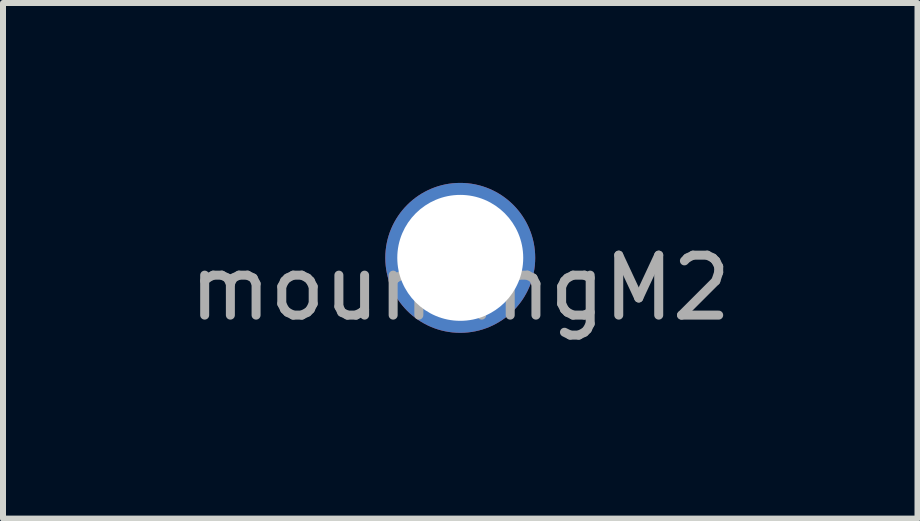
<source format=kicad_pcb>
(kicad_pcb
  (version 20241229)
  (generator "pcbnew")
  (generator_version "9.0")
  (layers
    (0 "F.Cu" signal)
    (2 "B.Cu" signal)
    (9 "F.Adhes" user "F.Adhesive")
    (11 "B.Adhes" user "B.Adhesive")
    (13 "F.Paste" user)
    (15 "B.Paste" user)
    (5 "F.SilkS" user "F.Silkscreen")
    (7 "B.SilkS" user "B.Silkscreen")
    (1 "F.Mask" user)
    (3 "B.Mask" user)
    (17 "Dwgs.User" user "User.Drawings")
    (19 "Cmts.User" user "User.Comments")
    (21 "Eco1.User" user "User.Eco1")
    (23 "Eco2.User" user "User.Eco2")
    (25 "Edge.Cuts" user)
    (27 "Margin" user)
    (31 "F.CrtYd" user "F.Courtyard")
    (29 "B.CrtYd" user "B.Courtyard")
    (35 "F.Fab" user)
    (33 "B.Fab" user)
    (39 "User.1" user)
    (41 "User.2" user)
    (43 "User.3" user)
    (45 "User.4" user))
  (footprint "mountingM2"
    (layer "F.Cu")
    (at 4.625 1.25)
    (property "Reference" "mountingM2" (at 0 0.5 0) (layer "F.Fab") (effects (font (size 1 1) (thickness 0.15))))
    (attr through_hole)
    (pad "1" thru_hole circle (at 0 0) (size 2.5 2.5) (drill 2.1) (layers "*.Cu" "*.Mask")))
  (gr_rect
    (start -3 -3)
    (end 12.25 5.598)
    (stroke (width 0.1) (type default))
    (fill no)
    (layer "Edge.Cuts")))
</source>
